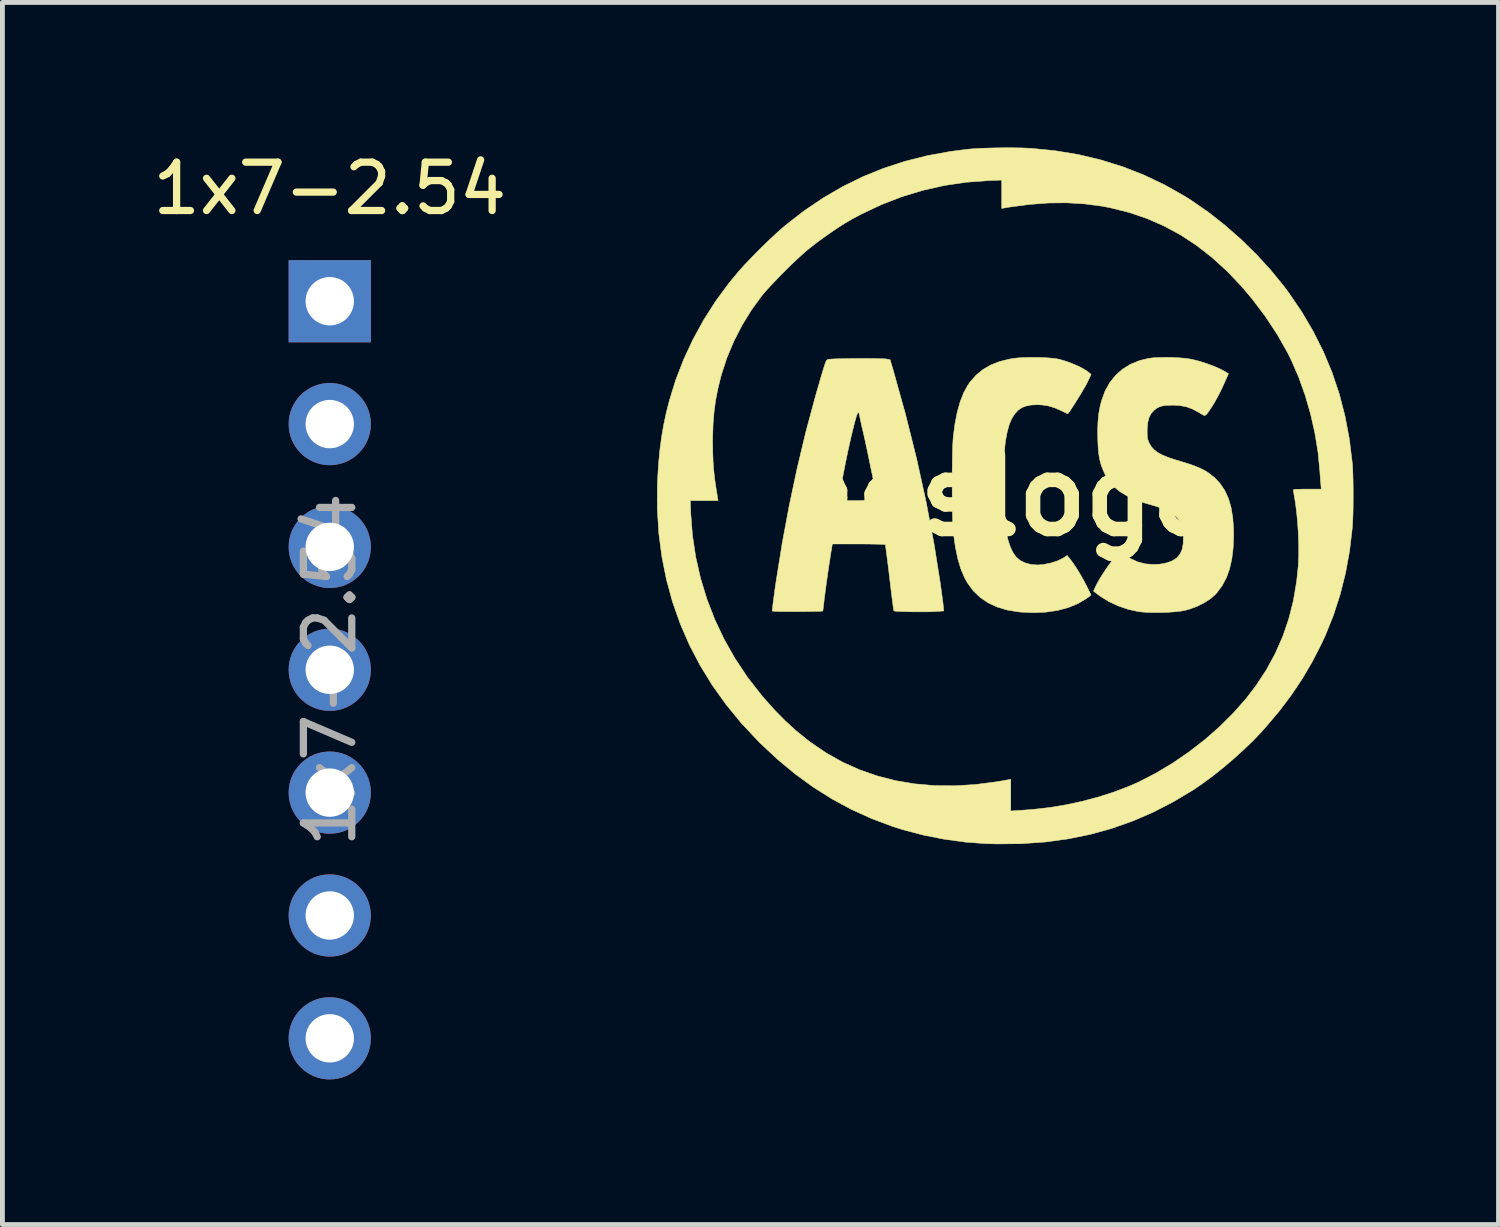
<source format=kicad_pcb>
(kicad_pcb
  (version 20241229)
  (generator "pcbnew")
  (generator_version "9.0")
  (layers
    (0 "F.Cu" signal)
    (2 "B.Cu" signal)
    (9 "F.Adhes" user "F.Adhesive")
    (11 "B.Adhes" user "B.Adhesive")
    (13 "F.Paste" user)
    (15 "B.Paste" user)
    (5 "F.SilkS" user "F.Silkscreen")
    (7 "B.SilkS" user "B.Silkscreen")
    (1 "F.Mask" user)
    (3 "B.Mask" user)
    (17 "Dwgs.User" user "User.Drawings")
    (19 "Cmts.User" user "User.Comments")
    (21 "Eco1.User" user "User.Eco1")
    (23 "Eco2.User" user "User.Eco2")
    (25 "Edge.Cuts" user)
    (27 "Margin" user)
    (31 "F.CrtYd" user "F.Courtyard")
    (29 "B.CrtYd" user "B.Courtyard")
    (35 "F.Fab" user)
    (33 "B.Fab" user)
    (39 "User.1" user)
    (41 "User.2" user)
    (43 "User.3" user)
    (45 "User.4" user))
  (footprint "1x7-2.54"
    (layer "F.Cu")
    (at 3.768 3.178)
    (property "Reference" "1x7-2.54" (at 0 -2.33 0) (layer "F.SilkS") (effects (font (size 1 1) (thickness 0.15))))
    (attr through_hole)
    (fp_text user "${REFERENCE}" (at 0 7.62 90) (layer "F.Fab") (effects (font (size 1 1) (thickness 0.15))))
    (pad "1" thru_hole rect (at 0 0) (size 1.7 1.7) (drill 1) (layers "*.Cu" "*.Mask"))
    (pad "2" thru_hole oval (at 0 2.54) (size 1.7 1.7) (drill 1) (layers "*.Cu" "*.Mask"))
    (pad "3" thru_hole oval (at 0 5.08) (size 1.7 1.7) (drill 1) (layers "*.Cu" "*.Mask"))
    (pad "4" thru_hole oval (at 0 7.62) (size 1.7 1.7) (drill 1) (layers "*.Cu" "*.Mask"))
    (pad "5" thru_hole oval (at 0 10.16) (size 1.7 1.7) (drill 1) (layers "*.Cu" "*.Mask"))
    (pad "6" thru_hole oval (at 0 12.7) (size 1.7 1.7) (drill 1) (layers "*.Cu" "*.Mask"))
    (pad "7" thru_hole oval (at 0 15.24) (size 1.7 1.7) (drill 1) (layers "*.Cu" "*.Mask")))
  (footprint "acslogo"
    (layer "F.Cu")
    (at 17.729 7.198)
    (property "Reference" "acslogo" (at 0 0 0) (layer "F.SilkS") (effects (font (size 1.524 1.524) (thickness 0.3))))
    (attr through_hole)
    (fp_poly (pts (xy 0.65 -2.859) (xy 0.786 -2.855) (xy 0.912 -2.847) (xy 1.021 -2.837) (xy 1.105 -2.823) (xy 1.118 -2.82) (xy 1.238 -2.786) (xy 1.363 -2.742) (xy 1.483 -2.692) (xy 1.591 -2.639) (xy 1.68 -2.587) (xy 1.732 -2.548) (xy 1.78 -2.506) (xy 1.703 -2.343) (xy 1.679 -2.296) (xy 1.643 -2.233) (xy 1.598 -2.157) (xy 1.548 -2.073) (xy 1.495 -1.988) (xy 1.443 -1.904) (xy 1.394 -1.829) (xy 1.352 -1.765) (xy 1.319 -1.719) (xy 1.3 -1.695) (xy 1.297 -1.693) (xy 1.281 -1.7) (xy 1.243 -1.718) (xy 1.189 -1.744) (xy 1.176 -1.751) (xy 1.032 -1.814) (xy 0.901 -1.854) (xy 0.772 -1.875) (xy 0.67 -1.88) (xy 0.54 -1.874) (xy 0.436 -1.854) (xy 0.349 -1.82) (xy 0.274 -1.768) (xy 0.269 -1.763) (xy 0.197 -1.685) (xy 0.137 -1.588) (xy 0.087 -1.468) (xy 0.046 -1.322) (xy 0.013 -1.146) (xy 0.005 -1.094) (xy -0.003 -1.016) (xy -0.01 -0.909) (xy -0.016 -0.779) (xy -0.02 -0.632) (xy -0.023 -0.473) (xy -0.025 -0.308) (xy -0.026 -0.14) (xy -0.025 0.023) (xy -0.023 0.177) (xy -0.019 0.317) (xy -0.014 0.437) (xy -0.007 0.532) (xy -0.003 0.576) (xy 0.028 0.766) (xy 0.065 0.927) (xy 0.11 1.06) (xy 0.162 1.17) (xy 0.224 1.26) (xy 0.229 1.266) (xy 0.313 1.339) (xy 0.419 1.392) (xy 0.544 1.424) (xy 0.681 1.433) (xy 0.793 1.424) (xy 0.949 1.392) (xy 1.089 1.347) (xy 1.203 1.29) (xy 1.208 1.287) (xy 1.286 1.238) (xy 1.344 1.309) (xy 1.413 1.402) (xy 1.49 1.518) (xy 1.569 1.648) (xy 1.644 1.783) (xy 1.683 1.858) (xy 1.719 1.931) (xy 1.749 1.992) (xy 1.769 2.035) (xy 1.778 2.054) (xy 1.778 2.055) (xy 1.765 2.067) (xy 1.731 2.093) (xy 1.684 2.127) (xy 1.676 2.132) (xy 1.503 2.234) (xy 1.305 2.315) (xy 1.087 2.373) (xy 0.85 2.408) (xy 0.598 2.42) (xy 0.332 2.408) (xy 0.28 2.403) (xy 0.046 2.365) (xy -0.164 2.302) (xy -0.351 2.215) (xy -0.515 2.103) (xy -0.657 1.966) (xy -0.776 1.804) (xy -0.838 1.693) (xy -0.913 1.515) (xy -0.975 1.306) (xy -1.026 1.065) (xy -1.064 0.793) (xy -1.07 0.737) (xy -1.076 0.655) (xy -1.081 0.544) (xy -1.085 0.409) (xy -1.089 0.256) (xy -1.091 0.088) (xy -1.092 -0.088) (xy -1.093 -0.269) (xy -1.092 -0.449) (xy -1.09 -0.623) (xy -1.088 -0.785) (xy -1.084 -0.933) (xy -1.08 -1.059) (xy -1.074 -1.16) (xy -1.07 -1.208) (xy -1.035 -1.482) (xy -0.988 -1.726) (xy -0.928 -1.939) (xy -0.856 -2.124) (xy -0.77 -2.281) (xy -0.718 -2.356) (xy -0.595 -2.494) (xy -0.455 -2.609) (xy -0.296 -2.701) (xy -0.115 -2.772) (xy 0.092 -2.824) (xy 0.169 -2.837) (xy 0.265 -2.848) (xy 0.382 -2.856) (xy 0.513 -2.859) (xy 0.65 -2.859)) (stroke (width 0.01) (type solid)) (fill yes) (layer "F.SilkS"))
    (fp_poly (pts (xy 3.46 -2.857) (xy 3.598 -2.85) (xy 3.724 -2.84) (xy 3.829 -2.825) (xy 3.861 -2.819) (xy 4.017 -2.78) (xy 4.173 -2.73) (xy 4.322 -2.675) (xy 4.455 -2.616) (xy 4.564 -2.557) (xy 4.583 -2.545) (xy 4.62 -2.521) (xy 4.544 -2.349) (xy 4.475 -2.197) (xy 4.401 -2.052) (xy 4.328 -1.92) (xy 4.259 -1.81) (xy 4.248 -1.795) (xy 4.202 -1.727) (xy 4.169 -1.684) (xy 4.143 -1.662) (xy 4.117 -1.659) (xy 4.084 -1.674) (xy 4.037 -1.703) (xy 4.015 -1.716) (xy 3.876 -1.791) (xy 3.742 -1.84) (xy 3.6 -1.865) (xy 3.471 -1.871) (xy 3.356 -1.868) (xy 3.267 -1.858) (xy 3.196 -1.838) (xy 3.135 -1.806) (xy 3.086 -1.769) (xy 3.023 -1.701) (xy 2.979 -1.617) (xy 2.952 -1.514) (xy 2.94 -1.385) (xy 2.939 -1.346) (xy 2.94 -1.265) (xy 2.943 -1.207) (xy 2.952 -1.161) (xy 2.968 -1.117) (xy 2.986 -1.078) (xy 3.028 -1.009) (xy 3.084 -0.948) (xy 3.156 -0.893) (xy 3.25 -0.842) (xy 3.367 -0.793) (xy 3.513 -0.744) (xy 3.62 -0.712) (xy 3.788 -0.661) (xy 3.927 -0.612) (xy 4.043 -0.563) (xy 4.141 -0.513) (xy 4.195 -0.479) (xy 4.334 -0.372) (xy 4.45 -0.248) (xy 4.545 -0.105) (xy 4.62 0.059) (xy 4.674 0.245) (xy 4.709 0.455) (xy 4.726 0.692) (xy 4.728 0.813) (xy 4.718 1.073) (xy 4.69 1.306) (xy 4.643 1.515) (xy 4.576 1.7) (xy 4.488 1.864) (xy 4.38 2.008) (xy 4.354 2.038) (xy 4.252 2.128) (xy 4.124 2.212) (xy 3.978 2.286) (xy 3.821 2.344) (xy 3.725 2.371) (xy 3.627 2.389) (xy 3.503 2.402) (xy 3.363 2.412) (xy 3.215 2.417) (xy 3.067 2.417) (xy 2.929 2.413) (xy 2.807 2.403) (xy 2.752 2.396) (xy 2.543 2.349) (xy 2.338 2.279) (xy 2.144 2.188) (xy 1.972 2.082) (xy 1.944 2.061) (xy 1.831 1.976) (xy 1.855 1.917) (xy 1.902 1.821) (xy 1.967 1.706) (xy 2.047 1.579) (xy 2.138 1.447) (xy 2.235 1.315) (xy 2.334 1.189) (xy 2.344 1.178) (xy 2.386 1.128) (xy 2.467 1.204) (xy 2.593 1.299) (xy 2.739 1.368) (xy 2.9 1.41) (xy 3.058 1.422) (xy 3.197 1.417) (xy 3.313 1.398) (xy 3.418 1.364) (xy 3.468 1.342) (xy 3.555 1.285) (xy 3.619 1.209) (xy 3.663 1.111) (xy 3.685 0.988) (xy 3.688 0.84) (xy 3.687 0.83) (xy 3.674 0.698) (xy 3.645 0.591) (xy 3.6 0.504) (xy 3.535 0.431) (xy 3.528 0.425) (xy 3.451 0.368) (xy 3.351 0.312) (xy 3.24 0.261) (xy 3.127 0.221) (xy 3.099 0.213) (xy 2.875 0.148) (xy 2.682 0.078) (xy 2.517 0.002) (xy 2.379 -0.081) (xy 2.263 -0.175) (xy 2.168 -0.28) (xy 2.091 -0.397) (xy 2.066 -0.446) (xy 2.019 -0.551) (xy 1.983 -0.651) (xy 1.956 -0.754) (xy 1.938 -0.867) (xy 1.926 -0.998) (xy 1.919 -1.151) (xy 1.916 -1.355) (xy 1.923 -1.535) (xy 1.939 -1.697) (xy 1.967 -1.849) (xy 1.996 -1.962) (xy 2.067 -2.159) (xy 2.164 -2.334) (xy 2.285 -2.486) (xy 2.429 -2.614) (xy 2.595 -2.717) (xy 2.781 -2.793) (xy 2.966 -2.838) (xy 3.062 -2.85) (xy 3.183 -2.856) (xy 3.318 -2.859) (xy 3.46 -2.857)) (stroke (width 0.01) (type solid)) (fill yes) (layer "F.SilkS"))
    (fp_poly (pts (xy -2.802 -2.836) (xy -2.689 -2.834) (xy -2.591 -2.832) (xy -2.512 -2.83) (xy -2.456 -2.826) (xy -2.436 -2.823) (xy -2.375 -2.81) (xy -2.314 -2.603) (xy -2.057 -1.682) (xy -1.83 -0.775) (xy -1.633 0.119) (xy -1.467 0.998) (xy -1.339 1.803) (xy -1.323 1.918) (xy -1.308 2.028) (xy -1.295 2.128) (xy -1.284 2.209) (xy -1.278 2.265) (xy -1.277 2.271) (xy -1.266 2.384) (xy -1.467 2.397) (xy -1.537 2.4) (xy -1.625 2.402) (xy -1.725 2.402) (xy -1.831 2.402) (xy -1.938 2.401) (xy -2.041 2.398) (xy -2.134 2.395) (xy -2.211 2.392) (xy -2.266 2.388) (xy -2.295 2.383) (xy -2.297 2.382) (xy -2.301 2.364) (xy -2.309 2.316) (xy -2.319 2.243) (xy -2.331 2.149) (xy -2.345 2.039) (xy -2.36 1.916) (xy -2.364 1.885) (xy -2.38 1.749) (xy -2.396 1.613) (xy -2.412 1.485) (xy -2.426 1.371) (xy -2.438 1.277) (xy -2.447 1.211) (xy -2.457 1.135) (xy -2.465 1.072) (xy -2.471 1.028) (xy -2.472 1.012) (xy -2.489 1.009) (xy -2.535 1.006) (xy -2.607 1.004) (xy -2.701 1.002) (xy -2.813 1) (xy -2.938 0.999) (xy -3.021 0.999) (xy -3.569 0.999) (xy -3.587 1.105) (xy -3.603 1.197) (xy -3.62 1.311) (xy -3.64 1.439) (xy -3.66 1.577) (xy -3.68 1.717) (xy -3.699 1.852) (xy -3.716 1.976) (xy -3.73 2.083) (xy -3.74 2.166) (xy -3.743 2.193) (xy -3.752 2.268) (xy -3.759 2.33) (xy -3.765 2.372) (xy -3.768 2.385) (xy -3.787 2.388) (xy -3.834 2.39) (xy -3.904 2.392) (xy -3.992 2.393) (xy -4.093 2.395) (xy -4.202 2.396) (xy -4.313 2.397) (xy -4.421 2.397) (xy -4.521 2.397) (xy -4.607 2.396) (xy -4.674 2.395) (xy -4.718 2.394) (xy -4.722 2.393) (xy -4.813 2.386) (xy -4.801 2.272) (xy -4.795 2.223) (xy -4.785 2.146) (xy -4.772 2.049) (xy -4.757 1.937) (xy -4.74 1.819) (xy -4.731 1.761) (xy -4.607 0.987) (xy -4.463 0.215) (xy -4.439 0.102) (xy -3.449 0.102) (xy -3.045 0.102) (xy -2.933 0.101) (xy -2.832 0.1) (xy -2.748 0.098) (xy -2.685 0.095) (xy -2.649 0.092) (xy -2.642 0.09) (xy -2.645 0.067) (xy -2.655 0.015) (xy -2.669 -0.062) (xy -2.689 -0.159) (xy -2.712 -0.273) (xy -2.737 -0.398) (xy -2.765 -0.53) (xy -2.793 -0.666) (xy -2.821 -0.801) (xy -2.848 -0.931) (xy -2.874 -1.052) (xy -2.897 -1.159) (xy -2.917 -1.248) (xy -2.932 -1.315) (xy -2.938 -1.339) (xy -2.96 -1.431) (xy -2.979 -1.518) (xy -2.995 -1.591) (xy -3.005 -1.643) (xy -3.006 -1.649) (xy -3.017 -1.698) (xy -3.031 -1.721) (xy -3.037 -1.722) (xy -3.05 -1.703) (xy -3.068 -1.654) (xy -3.091 -1.578) (xy -3.118 -1.478) (xy -3.148 -1.358) (xy -3.181 -1.221) (xy -3.215 -1.069) (xy -3.251 -0.907) (xy -3.286 -0.737) (xy -3.321 -0.563) (xy -3.33 -0.516) (xy -3.352 -0.405) (xy -3.373 -0.292) (xy -3.394 -0.187) (xy -3.41 -0.1) (xy -3.419 -0.055) (xy -3.449 0.102) (xy -4.439 0.102) (xy -4.301 -0.549) (xy -4.123 -1.298) (xy -3.928 -2.023) (xy -3.885 -2.176) (xy -3.839 -2.334) (xy -3.802 -2.463) (xy -3.771 -2.565) (xy -3.747 -2.644) (xy -3.728 -2.704) (xy -3.714 -2.746) (xy -3.702 -2.775) (xy -3.692 -2.794) (xy -3.682 -2.805) (xy -3.673 -2.812) (xy -3.667 -2.815) (xy -3.642 -2.82) (xy -3.588 -2.824) (xy -3.51 -2.828) (xy -3.412 -2.831) (xy -3.3 -2.833) (xy -3.178 -2.835) (xy -3.051 -2.836) (xy -2.924 -2.836) (xy -2.802 -2.836)) (stroke (width 0.01) (type solid)) (fill yes) (layer "F.SilkS"))
    (fp_poly (pts (xy 0.196 -7.192) (xy 0.359 -7.189) (xy 0.503 -7.183) (xy 0.542 -7.181) (xy 1.035 -7.132) (xy 1.516 -7.053) (xy 1.982 -6.942) (xy 2.435 -6.801) (xy 2.876 -6.628) (xy 3.304 -6.424) (xy 3.719 -6.189) (xy 3.861 -6.099) (xy 4.207 -5.859) (xy 4.549 -5.59) (xy 4.881 -5.298) (xy 5.198 -4.987) (xy 5.495 -4.663) (xy 5.766 -4.331) (xy 5.858 -4.208) (xy 6.132 -3.806) (xy 6.373 -3.396) (xy 6.583 -2.977) (xy 6.762 -2.547) (xy 6.911 -2.104) (xy 7.029 -1.648) (xy 7.119 -1.175) (xy 7.179 -0.685) (xy 7.181 -0.669) (xy 7.188 -0.566) (xy 7.193 -0.436) (xy 7.197 -0.287) (xy 7.199 -0.125) (xy 7.199 0.043) (xy 7.198 0.209) (xy 7.195 0.367) (xy 7.19 0.51) (xy 7.183 0.63) (xy 7.18 0.669) (xy 7.125 1.139) (xy 7.041 1.6) (xy 6.928 2.048) (xy 6.788 2.481) (xy 6.621 2.896) (xy 6.545 3.059) (xy 6.355 3.43) (xy 6.149 3.781) (xy 5.924 4.118) (xy 5.676 4.447) (xy 5.4 4.775) (xy 5.301 4.886) (xy 5.127 5.068) (xy 4.931 5.256) (xy 4.722 5.445) (xy 4.505 5.63) (xy 4.287 5.803) (xy 4.075 5.959) (xy 3.895 6.082) (xy 3.484 6.328) (xy 3.066 6.544) (xy 2.639 6.728) (xy 2.203 6.882) (xy 1.756 7.005) (xy 1.297 7.098) (xy 0.823 7.162) (xy 0.335 7.196) (xy -0.17 7.201) (xy -0.39 7.195) (xy -0.822 7.163) (xy -1.258 7.103) (xy -1.689 7.018) (xy -2.107 6.908) (xy -2.326 6.839) (xy -2.758 6.677) (xy -3.173 6.489) (xy -3.573 6.273) (xy -3.961 6.029) (xy -4.338 5.755) (xy -4.705 5.45) (xy -5.066 5.113) (xy -5.114 5.064) (xy -5.458 4.696) (xy -5.771 4.313) (xy -6.054 3.917) (xy -6.305 3.507) (xy -6.526 3.084) (xy -6.715 2.648) (xy -6.873 2.199) (xy -6.999 1.739) (xy -7.094 1.266) (xy -7.157 0.782) (xy -7.188 0.287) (xy -7.188 0.102) (xy -6.508 0.102) (xy -6.497 0.368) (xy -6.462 0.823) (xy -6.394 1.271) (xy -6.294 1.711) (xy -6.162 2.143) (xy -5.999 2.564) (xy -5.805 2.973) (xy -5.581 3.368) (xy -5.328 3.749) (xy -5.045 4.113) (xy -4.98 4.19) (xy -4.759 4.437) (xy -4.542 4.657) (xy -4.322 4.858) (xy -4.092 5.045) (xy -4.012 5.106) (xy -3.691 5.323) (xy -3.356 5.511) (xy -3.005 5.668) (xy -2.641 5.795) (xy -2.262 5.892) (xy -1.87 5.958) (xy -1.465 5.994) (xy -1.047 5.999) (xy -0.617 5.973) (xy -0.176 5.916) (xy -0.052 5.895) (xy 0.119 5.865) (xy 0.119 6.52) (xy 0.258 6.51) (xy 0.335 6.505) (xy 0.431 6.498) (xy 0.533 6.49) (xy 0.601 6.484) (xy 0.925 6.448) (xy 1.26 6.392) (xy 1.598 6.319) (xy 1.932 6.23) (xy 2.254 6.127) (xy 2.557 6.012) (xy 2.76 5.923) (xy 3.117 5.739) (xy 3.468 5.529) (xy 3.807 5.296) (xy 4.133 5.044) (xy 4.44 4.774) (xy 4.724 4.491) (xy 4.983 4.198) (xy 5.187 3.932) (xy 5.403 3.603) (xy 5.587 3.264) (xy 5.742 2.913) (xy 5.867 2.548) (xy 5.963 2.168) (xy 6.03 1.771) (xy 6.063 1.456) (xy 6.073 1.253) (xy 6.073 1.028) (xy 6.065 0.789) (xy 6.049 0.546) (xy 6.026 0.309) (xy 5.995 0.088) (xy 5.985 0.032) (xy 5.974 -0.034) (xy 5.965 -0.087) (xy 5.961 -0.119) (xy 5.961 -0.123) (xy 5.977 -0.127) (xy 6.021 -0.131) (xy 6.088 -0.133) (xy 6.173 -0.135) (xy 6.25 -0.135) (xy 6.539 -0.135) (xy 6.53 -0.241) (xy 6.524 -0.31) (xy 6.517 -0.396) (xy 6.511 -0.483) (xy 6.51 -0.5) (xy 6.472 -0.895) (xy 6.407 -1.293) (xy 6.318 -1.688) (xy 6.206 -2.075) (xy 6.073 -2.447) (xy 5.921 -2.798) (xy 5.849 -2.944) (xy 5.63 -3.332) (xy 5.379 -3.712) (xy 5.1 -4.08) (xy 4.886 -4.332) (xy 4.589 -4.644) (xy 4.281 -4.924) (xy 3.962 -5.173) (xy 3.631 -5.39) (xy 3.287 -5.576) (xy 2.93 -5.732) (xy 2.56 -5.857) (xy 2.175 -5.953) (xy 2 -5.986) (xy 1.643 -6.033) (xy 1.276 -6.055) (xy 0.896 -6.051) (xy 0.501 -6.021) (xy 0.088 -5.966) (xy -0.004 -5.95) (xy -0.068 -5.939) (xy -0.068 -6.525) (xy -0.343 -6.514) (xy -0.801 -6.48) (xy -1.253 -6.413) (xy -1.697 -6.313) (xy -2.134 -6.18) (xy -2.562 -6.014) (xy -2.982 -5.815) (xy -3.188 -5.704) (xy -3.316 -5.628) (xy -3.461 -5.536) (xy -3.614 -5.432) (xy -3.769 -5.322) (xy -3.917 -5.213) (xy -4.049 -5.109) (xy -4.081 -5.084) (xy -4.179 -4.999) (xy -4.292 -4.896) (xy -4.414 -4.78) (xy -4.539 -4.657) (xy -4.664 -4.531) (xy -4.782 -4.408) (xy -4.889 -4.293) (xy -4.98 -4.191) (xy -5.036 -4.123) (xy -5.248 -3.831) (xy -5.439 -3.518) (xy -5.607 -3.19) (xy -5.749 -2.853) (xy -5.86 -2.513) (xy -5.876 -2.456) (xy -5.937 -2.209) (xy -5.983 -1.972) (xy -6.015 -1.735) (xy -6.035 -1.49) (xy -6.044 -1.225) (xy -6.045 -1.109) (xy -6.042 -0.891) (xy -6.035 -0.695) (xy -6.021 -0.51) (xy -6 -0.327) (xy -5.971 -0.135) (xy -5.933 0.102) (xy -6.508 0.102) (xy -7.188 0.102) (xy -7.187 -0.22) (xy -7.181 -0.364) (xy -7.162 -0.669) (xy -7.135 -0.95) (xy -7.1 -1.214) (xy -7.056 -1.469) (xy -7.001 -1.725) (xy -6.942 -1.956) (xy -6.81 -2.387) (xy -6.645 -2.814) (xy -6.45 -3.232) (xy -6.227 -3.638) (xy -5.977 -4.029) (xy -5.702 -4.401) (xy -5.511 -4.631) (xy -5.408 -4.747) (xy -5.287 -4.875) (xy -5.155 -5.011) (xy -5.017 -5.149) (xy -4.878 -5.283) (xy -4.746 -5.407) (xy -4.625 -5.516) (xy -4.538 -5.59) (xy -4.154 -5.889) (xy -3.76 -6.155) (xy -3.357 -6.39) (xy -2.941 -6.594) (xy -2.512 -6.768) (xy -2.069 -6.913) (xy -1.609 -7.029) (xy -1.132 -7.116) (xy -0.77 -7.163) (xy -0.649 -7.173) (xy -0.502 -7.181) (xy -0.336 -7.187) (xy -0.16 -7.191) (xy 0.02 -7.193) (xy 0.196 -7.192)) (stroke (width 0.01) (type solid)) (fill yes) (layer "F.SilkS")))
  (gr_rect
    (start -3 -3)
    (end 27.933 22.268)
    (stroke (width 0.1) (type default))
    (fill no)
    (layer "Edge.Cuts")))
</source>
